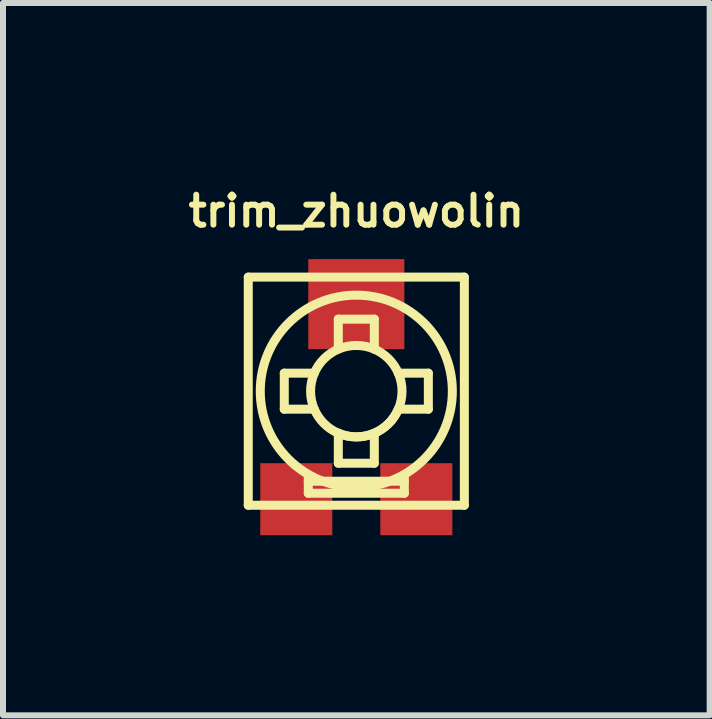
<source format=kicad_pcb>
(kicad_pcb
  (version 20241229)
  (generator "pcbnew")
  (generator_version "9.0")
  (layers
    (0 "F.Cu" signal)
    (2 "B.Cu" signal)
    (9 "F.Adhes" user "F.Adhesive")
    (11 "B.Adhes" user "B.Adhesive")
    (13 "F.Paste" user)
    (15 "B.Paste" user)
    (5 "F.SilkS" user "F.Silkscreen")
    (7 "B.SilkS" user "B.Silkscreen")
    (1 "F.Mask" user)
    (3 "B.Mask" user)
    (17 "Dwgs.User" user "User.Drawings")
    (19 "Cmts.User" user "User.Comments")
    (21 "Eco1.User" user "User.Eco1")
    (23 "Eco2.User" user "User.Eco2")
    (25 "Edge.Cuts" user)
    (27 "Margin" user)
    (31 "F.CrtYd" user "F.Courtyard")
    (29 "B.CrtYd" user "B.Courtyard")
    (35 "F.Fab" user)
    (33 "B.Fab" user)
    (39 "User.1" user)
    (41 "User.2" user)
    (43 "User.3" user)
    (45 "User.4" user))
  (footprint "trim_zhuowolin"
    (layer "F.Cu")
    (at 2.886 3.467)
    (property "Reference" "trim_zhuowolin" (at 0 -3 0) (layer "F.SilkS") (effects (font (size 0.5 0.5) (thickness 0.099))))
    (attr through_hole)
    (fp_line (start -1.8 -1.9) (end 1.8 -1.9) (stroke (width 0.15) (type solid)) (layer "F.SilkS"))
    (fp_line (start -1.8 1.9) (end -1.8 -1.9) (stroke (width 0.15) (type solid)) (layer "F.SilkS"))
    (fp_line (start -1.2 -0.3) (end -1.2 0.3) (stroke (width 0.15) (type solid)) (layer "F.SilkS"))
    (fp_line (start -1.2 0.3) (end -0.7 0.3) (stroke (width 0.15) (type solid)) (layer "F.SilkS"))
    (fp_line (start -0.8 1.5) (end 0.8 1.5) (stroke (width 0.15) (type solid)) (layer "F.SilkS"))
    (fp_line (start -0.8 1.7) (end -0.8 1.4) (stroke (width 0.15) (type solid)) (layer "F.SilkS"))
    (fp_line (start -0.7 -0.3) (end -1.2 -0.3) (stroke (width 0.15) (type solid)) (layer "F.SilkS"))
    (fp_line (start -0.3 -1.2) (end 0.3 -1.2) (stroke (width 0.15) (type solid)) (layer "F.SilkS"))
    (fp_line (start -0.3 -0.7) (end -0.3 -1.2) (stroke (width 0.15) (type solid)) (layer "F.SilkS"))
    (fp_line (start -0.3 0.7) (end -0.3 1.2) (stroke (width 0.15) (type solid)) (layer "F.SilkS"))
    (fp_line (start -0.3 1.2) (end 0.3 1.2) (stroke (width 0.15) (type solid)) (layer "F.SilkS"))
    (fp_line (start 0.3 -1.2) (end 0.3 -0.7) (stroke (width 0.15) (type solid)) (layer "F.SilkS"))
    (fp_line (start 0.3 1.2) (end 0.3 0.7) (stroke (width 0.15) (type solid)) (layer "F.SilkS"))
    (fp_line (start 0.7 -0.3) (end 1.2 -0.3) (stroke (width 0.15) (type solid)) (layer "F.SilkS"))
    (fp_line (start 0.8 1.4) (end 0.8 1.7) (stroke (width 0.15) (type solid)) (layer "F.SilkS"))
    (fp_line (start 0.8 1.7) (end -0.8 1.7) (stroke (width 0.15) (type solid)) (layer "F.SilkS"))
    (fp_line (start 1.2 -0.3) (end 1.2 0.3) (stroke (width 0.15) (type solid)) (layer "F.SilkS"))
    (fp_line (start 1.2 0.3) (end 0.7 0.3) (stroke (width 0.15) (type solid)) (layer "F.SilkS"))
    (fp_line (start 1.8 -1.9) (end 1.8 1.9) (stroke (width 0.15) (type solid)) (layer "F.SilkS"))
    (fp_line (start 1.8 1.9) (end -1.8 1.9) (stroke (width 0.15) (type solid)) (layer "F.SilkS"))
    (fp_arc (start 0.7 0.3) (mid 0.282843 0.707107) (end -0.3 0.7) (stroke (width 0.15) (type solid)) (layer "F.SilkS"))
    (fp_circle (center 0 0) (end 0 1.6) (stroke (width 0.15) (type solid)) (fill no) (layer "F.SilkS"))
    (fp_circle (center 0 0) (end 0.7 -0.3) (stroke (width 0.15) (type solid)) (fill no) (layer "F.SilkS"))
    (pad "1" smd rect (at -1 1.8) (size 1.2 1.2) (layers "F.Cu" "F.Mask" "F.Paste"))
    (pad "2" smd rect (at 0 -1.45) (size 1.6 1.5) (layers "F.Cu" "F.Mask" "F.Paste"))
    (pad "3" smd rect (at 1 1.8) (size 1.2 1.2) (layers "F.Cu" "F.Mask" "F.Paste")))
  (gr_rect
    (start -3 -3)
    (end 8.773 8.867)
    (stroke (width 0.1) (type default))
    (fill no)
    (layer "Edge.Cuts")))
</source>
